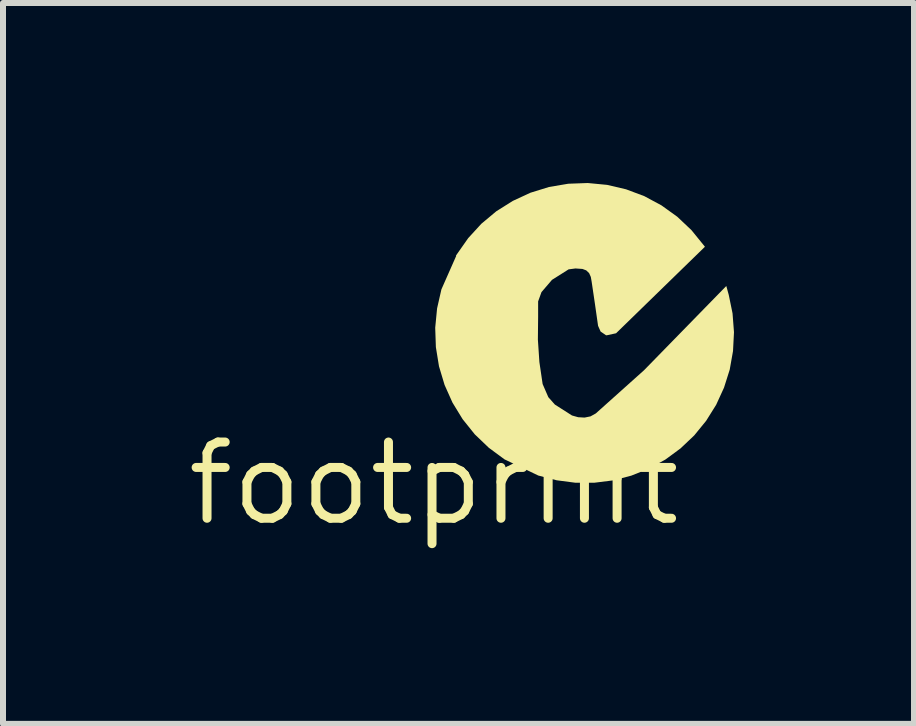
<source format=kicad_pcb>
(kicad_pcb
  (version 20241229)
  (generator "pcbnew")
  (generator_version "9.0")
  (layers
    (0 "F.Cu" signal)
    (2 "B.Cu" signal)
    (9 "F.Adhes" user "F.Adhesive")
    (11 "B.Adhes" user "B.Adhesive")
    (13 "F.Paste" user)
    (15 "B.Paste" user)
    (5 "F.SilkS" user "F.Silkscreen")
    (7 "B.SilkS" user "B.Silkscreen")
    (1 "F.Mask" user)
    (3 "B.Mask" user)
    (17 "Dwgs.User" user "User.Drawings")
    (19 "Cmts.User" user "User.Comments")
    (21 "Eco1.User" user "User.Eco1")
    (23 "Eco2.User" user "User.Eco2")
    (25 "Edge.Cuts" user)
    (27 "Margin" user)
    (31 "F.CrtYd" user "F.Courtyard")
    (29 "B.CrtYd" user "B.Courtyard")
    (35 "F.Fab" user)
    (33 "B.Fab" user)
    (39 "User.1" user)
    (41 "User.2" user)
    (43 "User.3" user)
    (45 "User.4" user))
  (footprint "footprint"
    (layer "F.Cu")
    (at 4.18 5.007)
    (property "Reference" "footprint" (at 0 0 0) (layer "F.SilkS") (effects (font (size 1.27 1.27) (thickness 0.15))))
    (fp_poly (pts (xy 2.888 -4.976) (xy 3.204 -4.902) (xy 3.508 -4.788) (xy 3.794 -4.634) (xy 4.057 -4.445) (xy 4.293 -4.222) (xy 4.518 -3.945) (xy 3.037 -2.503) (xy 2.885 -2.47) (xy 2.869 -2.47) (xy 2.779 -2.532) (xy 2.737 -2.627) (xy 2.684 -2.998) (xy 2.684 -2.998) (xy 2.63 -3.363) (xy 2.616 -3.442) (xy 2.588 -3.505) (xy 2.54 -3.551) (xy 2.477 -3.575) (xy 2.36 -3.583) (xy 2.246 -3.568) (xy 1.969 -3.393) (xy 1.794 -3.189) (xy 1.738 -3.034) (xy 1.738 -2.774) (xy 1.734 -2.398) (xy 1.759 -2.024) (xy 1.813 -1.657) (xy 1.908 -1.438) (xy 2.017 -1.315) (xy 2.302 -1.133) (xy 2.405 -1.104) (xy 2.512 -1.098) (xy 2.611 -1.118) (xy 2.699 -1.167) (xy 3.503 -1.887) (xy 4.874 -3.291) (xy 4.915 -3.142) (xy 4.978 -2.835) (xy 5.002 -2.521) (xy 4.986 -2.207) (xy 4.931 -1.897) (xy 4.836 -1.597) (xy 4.705 -1.311) (xy 4.538 -1.044) (xy 4.34 -0.801) (xy 4.111 -0.584) (xy 3.858 -0.398) (xy 3.582 -0.246) (xy 3.29 -0.13) (xy 2.986 -0.051) (xy 2.674 -0.012) (xy 2.359 -0.012) (xy 2.047 -0.053) (xy 1.741 -0.132) (xy 1.177 -0.402) (xy 0.916 -0.595) (xy 0.682 -0.819) (xy 0.48 -1.071) (xy 0.311 -1.347) (xy 0.179 -1.642) (xy 0.086 -1.952) (xy 0.034 -2.272) (xy 0.023 -2.595) (xy 0.054 -2.917) (xy 0.126 -3.234) (xy 0.373 -3.793) (xy 0.368 -3.797) (xy 0.573 -4.089) (xy 0.792 -4.328) (xy 1.041 -4.536) (xy 1.316 -4.709) (xy 1.61 -4.845) (xy 1.92 -4.941) (xy 2.24 -4.995) (xy 2.565 -5.007)) (stroke (width 0) (type solid)) (fill yes) (layer "F.SilkS")))
  (gr_rect
    (start -3 -3)
    (end 12.182 9.013)
    (stroke (width 0.1) (type default))
    (fill no)
    (layer "Edge.Cuts")))
</source>
